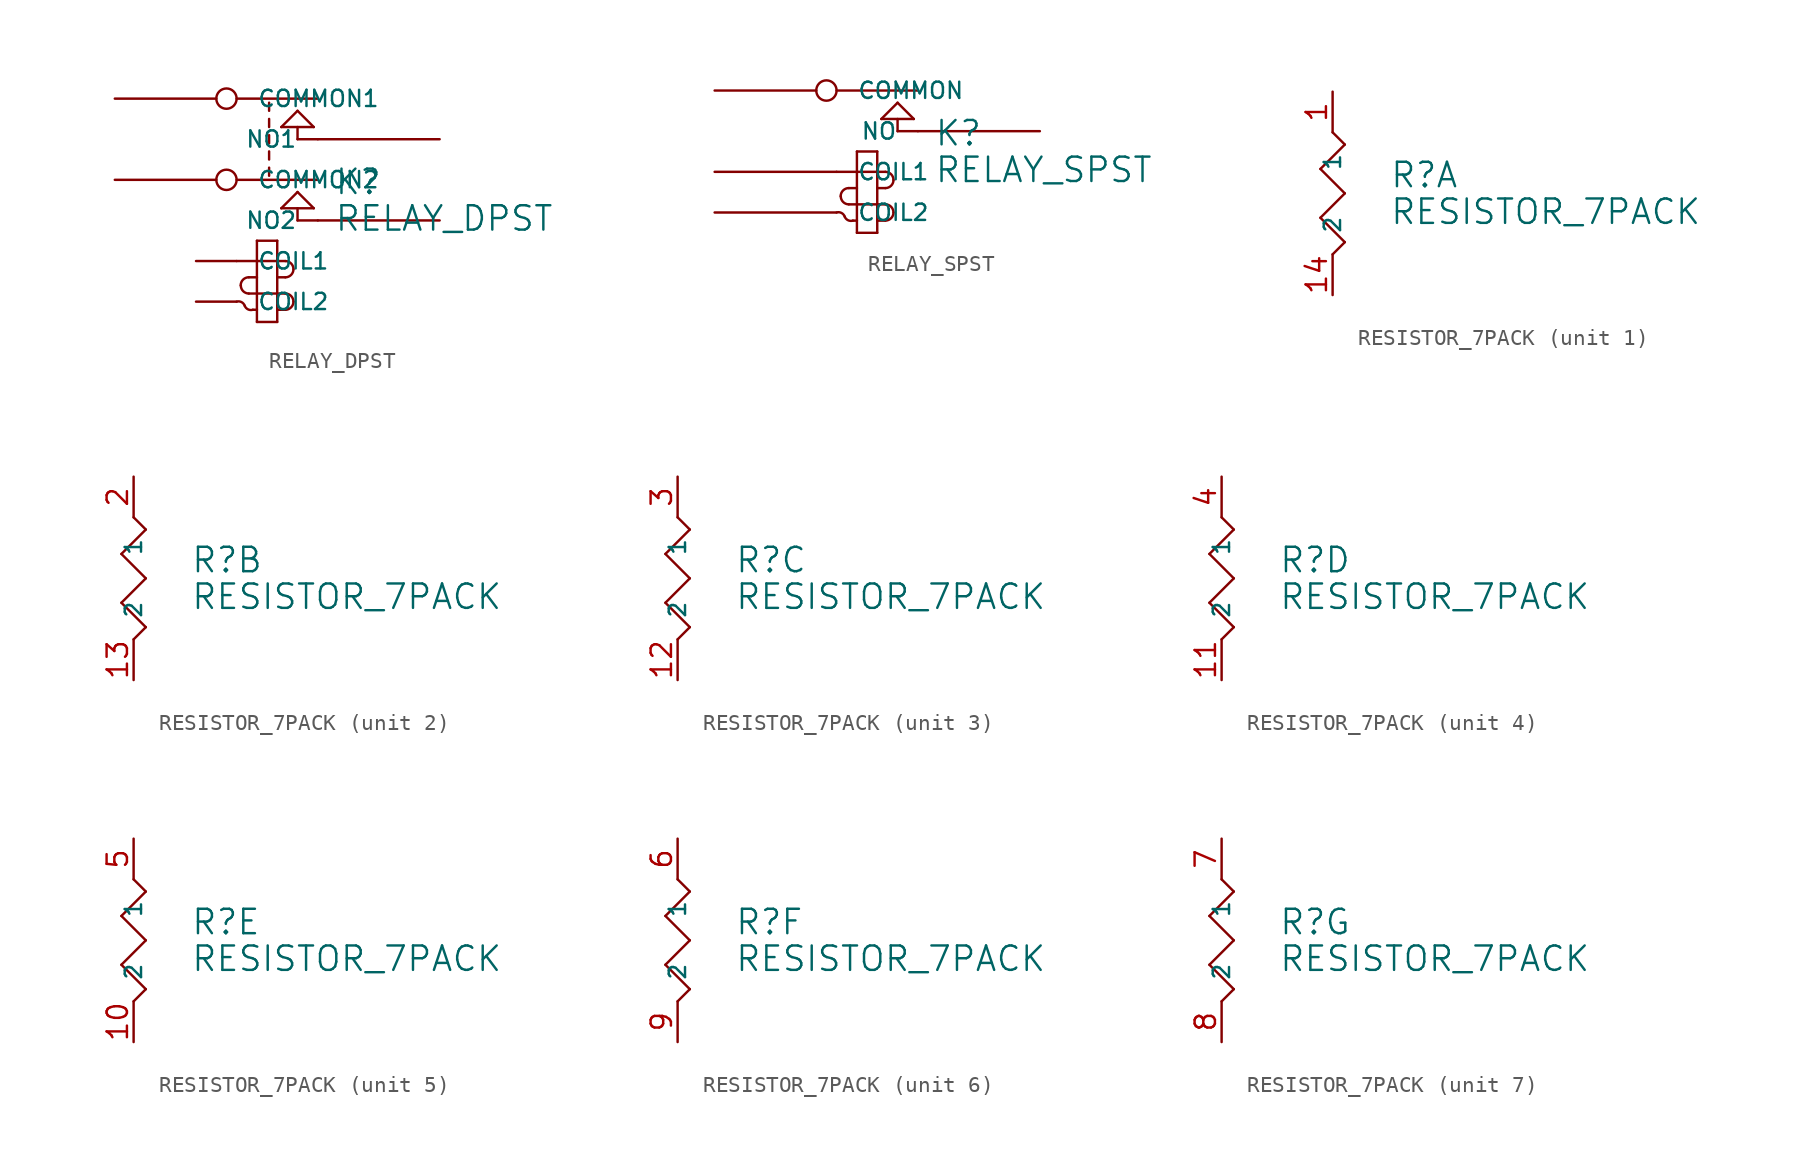
<source format=kicad_sym>
(kicad_symbol_lib
  (version 20231120)
  (generator "kicad_symbol_editor")
  (generator_version "8.0")
  (symbol "RELAY_DPST"
    (pin_names
      (offset 1.27))
    (property "Reference" "K"
      (at 6.096 -8.636 0)
      (effects (font (size 1.524 1.524)) (justify left bottom)))
    (property "Value" "RELAY_DPST"
      (at 6.096 -9.144 0)
      (effects (font (size 1.524 1.524)) (justify left top)))
    (symbol "RELAY_DPST_0_1"
      (polyline (pts (xy 0 -12.7) (xy 3.048 -12.7)) (stroke (width 0) (type solid)) (fill (type none)))
      (polyline (pts (xy 0 -7.62) (xy 5.08 -7.62)) (stroke (width 0) (type solid)) (fill (type none)))
      (polyline (pts (xy 0 -2.54) (xy 5.08 -2.54)) (stroke (width 0) (type solid)) (fill (type none)))
      (polyline (pts (xy 0.762 -14.732) (xy 3.048 -14.732)) (stroke (width 0) (type solid)) (fill (type none)))
      (polyline (pts (xy 1.016 -15.748) (xy 1.27 -15.748)) (stroke (width 0) (type solid)) (fill (type none)))
      (polyline (pts (xy 1.27 -16.51) (xy 2.54 -16.51)) (stroke (width 0) (type solid)) (fill (type none)))
      (polyline (pts (xy 1.27 -13.716) (xy 0.762 -13.716)) (stroke (width 0) (type solid)) (fill (type none)))
      (polyline (pts (xy 1.27 -11.43) (xy 1.27 -16.51)) (stroke (width 0) (type solid)) (fill (type none)))
      (polyline (pts (xy 2.032 -7.366) (xy 2.032 -6.858)) (stroke (width 0) (type solid)) (fill (type none)))
      (polyline (pts (xy 2.032 -6.35) (xy 2.032 -5.842)) (stroke (width 0) (type solid)) (fill (type none)))
      (polyline (pts (xy 2.032 -5.334) (xy 2.032 -4.826)) (stroke (width 0) (type solid)) (fill (type none)))
      (polyline (pts (xy 2.032 -4.318) (xy 2.032 -3.81)) (stroke (width 0) (type solid)) (fill (type none)))
      (polyline (pts (xy 2.032 -3.302) (xy 2.032 -2.794)) (stroke (width 0) (type solid)) (fill (type none)))
      (polyline (pts (xy 2.54 -16.51) (xy 2.54 -11.43)) (stroke (width 0) (type solid)) (fill (type none)))
      (polyline (pts (xy 2.54 -11.43) (xy 1.27 -11.43)) (stroke (width 0) (type solid)) (fill (type none)))
      (polyline (pts (xy 2.794 -9.398) (xy 3.81 -8.382)) (stroke (width 0) (type solid)) (fill (type none)))
      (polyline (pts (xy 2.794 -4.318) (xy 3.81 -3.302)) (stroke (width 0) (type solid)) (fill (type none)))
      (polyline (pts (xy 3.048 -15.748) (xy 2.54 -15.748)) (stroke (width 0) (type solid)) (fill (type none)))
      (polyline (pts (xy 3.048 -13.716) (xy 2.54 -13.716)) (stroke (width 0) (type solid)) (fill (type none)))
      (polyline (pts (xy 3.81 -10.16) (xy 5.08 -10.16)) (stroke (width 0) (type solid)) (fill (type none)))
      (polyline (pts (xy 3.81 -9.398) (xy 3.81 -10.16)) (stroke (width 0) (type solid)) (fill (type none)))
      (polyline (pts (xy 3.81 -8.382) (xy 4.826 -9.398)) (stroke (width 0) (type solid)) (fill (type none)))
      (polyline (pts (xy 3.81 -5.08) (xy 5.08 -5.08)) (stroke (width 0) (type solid)) (fill (type none)))
      (polyline (pts (xy 3.81 -4.318) (xy 3.81 -5.08)) (stroke (width 0) (type solid)) (fill (type none)))
      (polyline (pts (xy 3.81 -3.302) (xy 4.826 -4.318)) (stroke (width 0) (type solid)) (fill (type none)))
      (polyline (pts (xy 4.826 -9.398) (xy 2.794 -9.398)) (stroke (width 0) (type solid)) (fill (type none)))
      (polyline (pts (xy 4.826 -4.318) (xy 2.794 -4.318)) (stroke (width 0) (type solid)) (fill (type none)))
      (arc (start 0.254 -14.224) (mid 0.4028 -14.5832) (end 0.762 -14.732) (stroke (width 0) (type solid)) (fill (type none)))
      (arc (start 0.508 -15.494) (mid 0.2986 -15.2649) (end 0 -15.24) (stroke (width 0) (type solid)) (fill (type none)))
      (arc (start 0.508 -15.494) (mid 0.7174 -15.7231) (end 1.016 -15.748) (stroke (width 0) (type solid)) (fill (type none)))
      (arc (start 0.762 -13.716) (mid 0.4028 -13.8648) (end 0.254 -14.224) (stroke (width 0) (type solid)) (fill (type none)))
      (arc (start 3.048 -15.748) (mid 3.4072 -15.5992) (end 3.556 -15.24) (stroke (width 0) (type solid)) (fill (type none)))
      (arc (start 3.048 -13.716) (mid 3.4072 -13.5672) (end 3.556 -13.208) (stroke (width 0) (type solid)) (fill (type none)))
      (arc (start 3.556 -15.24) (mid 3.4072 -14.8808) (end 3.048 -14.732) (stroke (width 0) (type solid)) (fill (type none)))
      (arc (start 3.556 -13.208) (mid 3.4072 -12.8488) (end 3.048 -12.7) (stroke (width 0) (type solid)) (fill (type none))))
    (symbol "RELAY_DPST_1_1"
      (pin passive line (at -2.54 -12.7 0) (length 2.54) (name "COIL1" (effects (font (size 1.016 1.016)))) (number "~" (effects (font (size 1.27 1.27)))))
      (pin passive line (at -2.54 -15.24 0) (length 2.54) (name "COIL2" (effects (font (size 1.016 1.016)))) (number "~" (effects (font (size 1.27 1.27)))))
      (pin passive inverted (at -7.62 -2.54 0) (length 7.62) (name "COMMON1" (effects (font (size 1.016 1.016)))) (number "~" (effects (font (size 1.27 1.27)))))
      (pin passive inverted (at -7.62 -7.62 0) (length 7.62) (name "COMMON2" (effects (font (size 1.016 1.016)))) (number "~" (effects (font (size 1.27 1.27)))))
      (pin passive line (at 12.7 -5.08 180) (length 7.62) (name "NO1" (effects (font (size 1.016 1.016)))) (number "~" (effects (font (size 1.27 1.27)))))
      (pin passive line (at 12.7 -10.16 180) (length 7.62) (name "NO2" (effects (font (size 1.016 1.016)))) (number "~" (effects (font (size 1.27 1.27)))))))
  (symbol "RELAY_SPST"
    (pin_names
      (offset 1.27))
    (property "Reference" "K"
      (at 6.096 -6.096 0)
      (effects (font (size 1.524 1.524)) (justify left bottom)))
    (property "Value" "RELAY_SPST"
      (at 6.096 -6.604 0)
      (effects (font (size 1.524 1.524)) (justify left top)))
    (symbol "RELAY_SPST_0_1"
      (polyline (pts (xy 0 -7.62) (xy 3.048 -7.62)) (stroke (width 0) (type solid)) (fill (type none)))
      (polyline (pts (xy 0 -2.54) (xy 5.08 -2.54)) (stroke (width 0) (type solid)) (fill (type none)))
      (polyline (pts (xy 0.762 -9.652) (xy 3.048 -9.652)) (stroke (width 0) (type solid)) (fill (type none)))
      (polyline (pts (xy 1.016 -10.668) (xy 1.27 -10.668)) (stroke (width 0) (type solid)) (fill (type none)))
      (polyline (pts (xy 1.27 -11.43) (xy 2.54 -11.43)) (stroke (width 0) (type solid)) (fill (type none)))
      (polyline (pts (xy 1.27 -8.636) (xy 0.762 -8.636)) (stroke (width 0) (type solid)) (fill (type none)))
      (polyline (pts (xy 1.27 -6.35) (xy 1.27 -11.43)) (stroke (width 0) (type solid)) (fill (type none)))
      (polyline (pts (xy 2.54 -11.43) (xy 2.54 -6.35)) (stroke (width 0) (type solid)) (fill (type none)))
      (polyline (pts (xy 2.54 -6.35) (xy 1.27 -6.35)) (stroke (width 0) (type solid)) (fill (type none)))
      (polyline (pts (xy 2.794 -4.318) (xy 3.81 -3.302)) (stroke (width 0) (type solid)) (fill (type none)))
      (polyline (pts (xy 3.048 -10.668) (xy 2.54 -10.668)) (stroke (width 0) (type solid)) (fill (type none)))
      (polyline (pts (xy 3.048 -8.636) (xy 2.54 -8.636)) (stroke (width 0) (type solid)) (fill (type none)))
      (polyline (pts (xy 3.81 -5.08) (xy 5.08 -5.08)) (stroke (width 0) (type solid)) (fill (type none)))
      (polyline (pts (xy 3.81 -4.318) (xy 3.81 -5.08)) (stroke (width 0) (type solid)) (fill (type none)))
      (polyline (pts (xy 3.81 -3.302) (xy 4.826 -4.318)) (stroke (width 0) (type solid)) (fill (type none)))
      (polyline (pts (xy 4.826 -4.318) (xy 2.794 -4.318)) (stroke (width 0) (type solid)) (fill (type none)))
      (arc (start 0.254 -9.144) (mid 0.4028 -9.5032) (end 0.762 -9.652) (stroke (width 0) (type solid)) (fill (type none)))
      (arc (start 0.508 -10.414) (mid 0.2986 -10.1849) (end 0 -10.16) (stroke (width 0) (type solid)) (fill (type none)))
      (arc (start 0.508 -10.414) (mid 0.7174 -10.6431) (end 1.016 -10.668) (stroke (width 0) (type solid)) (fill (type none)))
      (arc (start 0.762 -8.636) (mid 0.4028 -8.7848) (end 0.254 -9.144) (stroke (width 0) (type solid)) (fill (type none)))
      (arc (start 3.048 -10.668) (mid 3.4072 -10.5192) (end 3.556 -10.16) (stroke (width 0) (type solid)) (fill (type none)))
      (arc (start 3.048 -8.636) (mid 3.4072 -8.4872) (end 3.556 -8.128) (stroke (width 0) (type solid)) (fill (type none)))
      (arc (start 3.556 -10.16) (mid 3.4072 -9.8008) (end 3.048 -9.652) (stroke (width 0) (type solid)) (fill (type none)))
      (arc (start 3.556 -8.128) (mid 3.4072 -7.7688) (end 3.048 -7.62) (stroke (width 0) (type solid)) (fill (type none))))
    (symbol "RELAY_SPST_1_1"
      (pin passive line (at -7.62 -7.62 0) (length 7.62) (name "COIL1" (effects (font (size 1.016 1.016)))) (number "~" (effects (font (size 1.27 1.27)))))
      (pin passive line (at -7.62 -10.16 0) (length 7.62) (name "COIL2" (effects (font (size 1.016 1.016)))) (number "~" (effects (font (size 1.27 1.27)))))
      (pin passive inverted (at -7.62 -2.54 0) (length 7.62) (name "COMMON" (effects (font (size 1.016 1.016)))) (number "~" (effects (font (size 1.27 1.27)))))
      (pin passive line (at 12.7 -5.08 180) (length 7.62) (name "NO" (effects (font (size 1.016 1.016)))) (number "~" (effects (font (size 1.27 1.27)))))))
  (symbol "RESISTOR_7PACK"
    (pin_names
      (offset 1.27))
    (property "Reference" "R"
      (at 6.096 -3.556 0)
      (effects (font (size 1.524 1.524)) (justify left bottom)))
    (property "Value" "RESISTOR_7PACK"
      (at 6.096 -4.064 0)
      (effects (font (size 1.524 1.524)) (justify left top)))
    (symbol "RESISTOR_7PACK_0_1"
      (polyline (pts (xy 1.778 -5.334) (xy 3.302 -6.858)) (stroke (width 0) (type solid)) (fill (type none)))
      (polyline (pts (xy 1.778 -2.286) (xy 3.302 -3.81)) (stroke (width 0) (type solid)) (fill (type none)))
      (polyline (pts (xy 2.54 0) (xy 3.302 -0.762)) (stroke (width 0) (type solid)) (fill (type none)))
      (polyline (pts (xy 3.302 -6.858) (xy 2.54 -7.62)) (stroke (width 0) (type solid)) (fill (type none)))
      (polyline (pts (xy 3.302 -3.81) (xy 1.778 -5.334)) (stroke (width 0) (type solid)) (fill (type none)))
      (polyline (pts (xy 3.302 -0.762) (xy 1.778 -2.286)) (stroke (width 0) (type solid)) (fill (type none))))
    (symbol "RESISTOR_7PACK_1_1"
      (pin passive line (at 2.54 2.54 270) (length 2.54) (name "1" (effects (font (size 1.016 1.016)))) (number "1" (effects (font (size 1.27 1.27)))))
      (pin passive line (at 2.54 -10.16 90) (length 2.54) (name "2" (effects (font (size 1.016 1.016)))) (number "14" (effects (font (size 1.27 1.27))))))
    (symbol "RESISTOR_7PACK_2_1"
      (pin passive line (at 2.54 -10.16 90) (length 2.54) (name "2" (effects (font (size 1.016 1.016)))) (number "13" (effects (font (size 1.27 1.27)))))
      (pin passive line (at 2.54 2.54 270) (length 2.54) (name "1" (effects (font (size 1.016 1.016)))) (number "2" (effects (font (size 1.27 1.27))))))
    (symbol "RESISTOR_7PACK_3_1"
      (pin passive line (at 2.54 -10.16 90) (length 2.54) (name "2" (effects (font (size 1.016 1.016)))) (number "12" (effects (font (size 1.27 1.27)))))
      (pin passive line (at 2.54 2.54 270) (length 2.54) (name "1" (effects (font (size 1.016 1.016)))) (number "3" (effects (font (size 1.27 1.27))))))
    (symbol "RESISTOR_7PACK_4_1"
      (pin passive line (at 2.54 -10.16 90) (length 2.54) (name "2" (effects (font (size 1.016 1.016)))) (number "11" (effects (font (size 1.27 1.27)))))
      (pin passive line (at 2.54 2.54 270) (length 2.54) (name "1" (effects (font (size 1.016 1.016)))) (number "4" (effects (font (size 1.27 1.27))))))
    (symbol "RESISTOR_7PACK_5_1"
      (pin passive line (at 2.54 -10.16 90) (length 2.54) (name "2" (effects (font (size 1.016 1.016)))) (number "10" (effects (font (size 1.27 1.27)))))
      (pin passive line (at 2.54 2.54 270) (length 2.54) (name "1" (effects (font (size 1.016 1.016)))) (number "5" (effects (font (size 1.27 1.27))))))
    (symbol "RESISTOR_7PACK_6_1"
      (pin passive line (at 2.54 2.54 270) (length 2.54) (name "1" (effects (font (size 1.016 1.016)))) (number "6" (effects (font (size 1.27 1.27)))))
      (pin passive line (at 2.54 -10.16 90) (length 2.54) (name "2" (effects (font (size 1.016 1.016)))) (number "9" (effects (font (size 1.27 1.27))))))
    (symbol "RESISTOR_7PACK_7_1"
      (pin passive line (at 2.54 2.54 270) (length 2.54) (name "1" (effects (font (size 1.016 1.016)))) (number "7" (effects (font (size 1.27 1.27)))))
      (pin passive line (at 2.54 -10.16 90) (length 2.54) (name "2" (effects (font (size 1.016 1.016)))) (number "8" (effects (font (size 1.27 1.27))))))))
</source>
